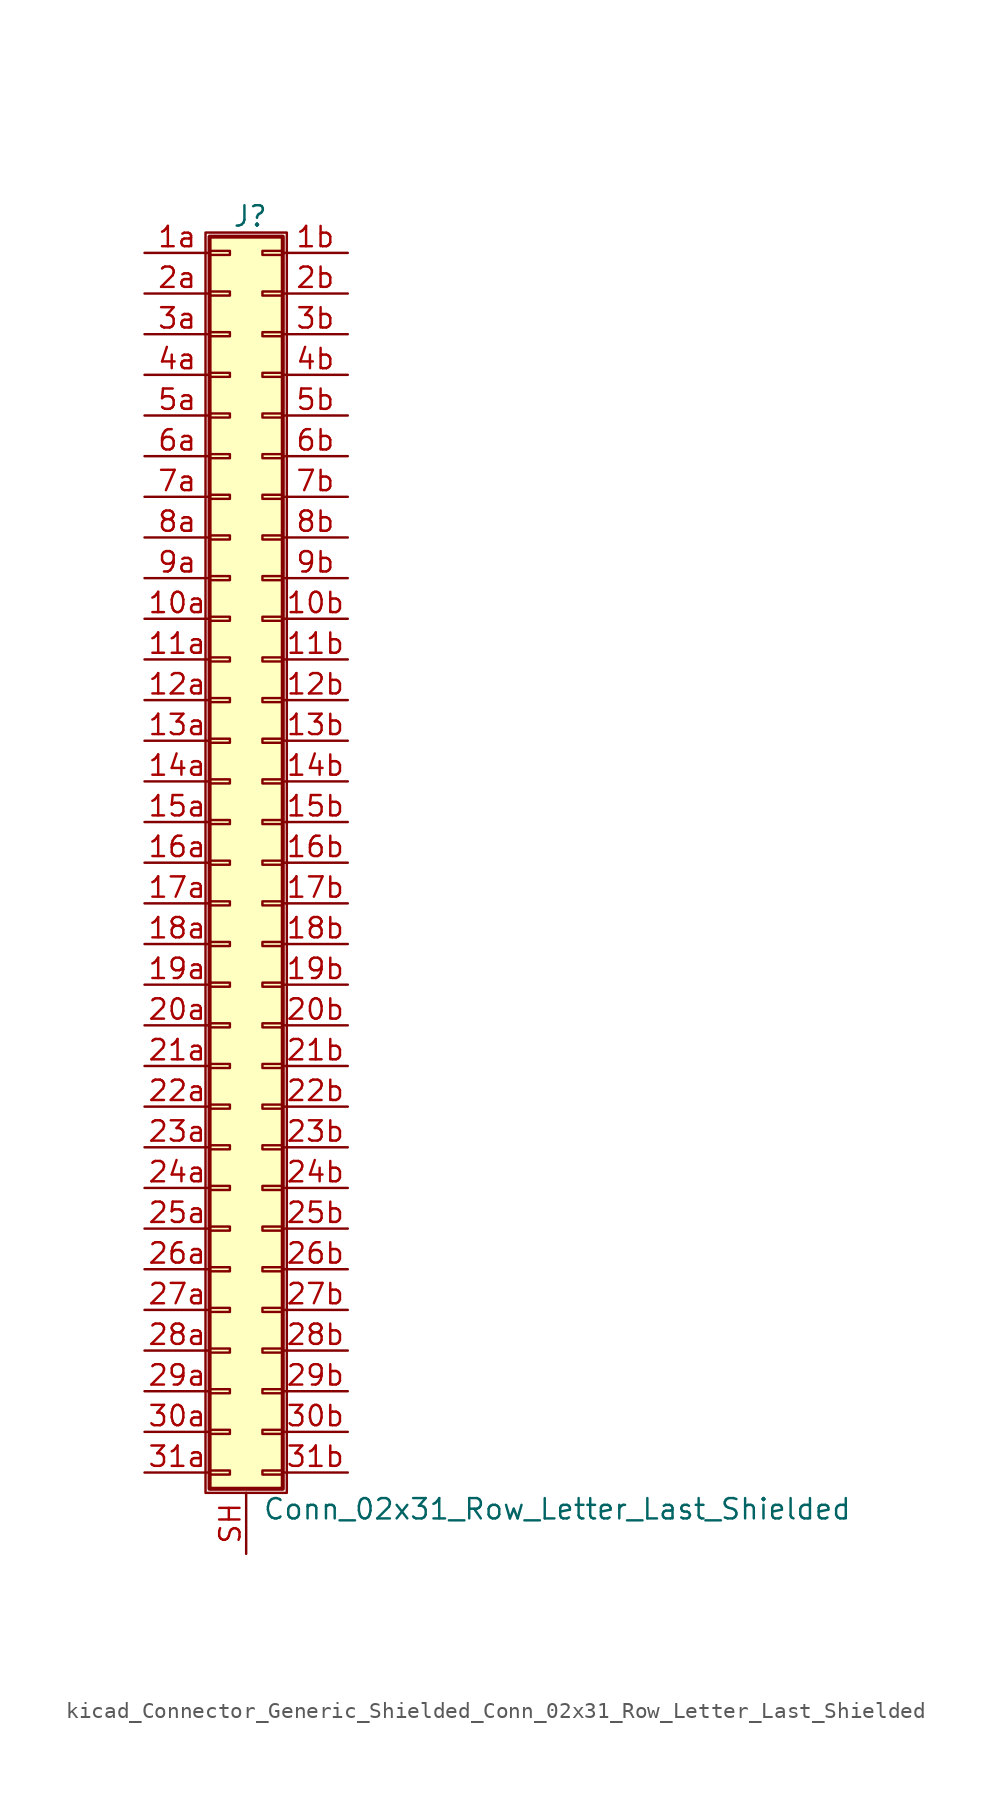
<source format=kicad_sym>
(kicad_symbol_lib
  (version 20220914)
  (generator kicad_symbol_editor)
  (symbol "kicad_Connector_Generic_Shielded_Conn_02x31_Row_Letter_Last_Shielded"
    (pin_names
      (offset 1.016) hide)
    (property "Reference" "J"
      (at 1.524 40.386 0)
      (effects (font (size 1.27 1.27))))
    (property "Value" "Conn_02x31_Row_Letter_Last_Shielded"
      (at 2.286 -40.386 0)
      (effects (font (size 1.27 1.27)) (justify left)))
    (symbol "kicad_Connector_Generic_Shielded_Conn_02x31_Row_Letter_Last_Shielded_1_1"
      (rectangle (start -1.27 39.37) (end 3.81 -39.37) (stroke (width 0.152) (type default)) (fill (type none)))
      (rectangle (start -1.016 -37.973) (end 0.254 -38.227) (stroke (width 0.152) (type default)) (fill (type none)))
      (rectangle (start -1.016 -35.433) (end 0.254 -35.687) (stroke (width 0.152) (type default)) (fill (type none)))
      (rectangle (start -1.016 -32.893) (end 0.254 -33.147) (stroke (width 0.152) (type default)) (fill (type none)))
      (rectangle (start -1.016 -30.353) (end 0.254 -30.607) (stroke (width 0.152) (type default)) (fill (type none)))
      (rectangle (start -1.016 -27.813) (end 0.254 -28.067) (stroke (width 0.152) (type default)) (fill (type none)))
      (rectangle (start -1.016 -25.273) (end 0.254 -25.527) (stroke (width 0.152) (type default)) (fill (type none)))
      (rectangle (start -1.016 -22.733) (end 0.254 -22.987) (stroke (width 0.152) (type default)) (fill (type none)))
      (rectangle (start -1.016 -20.193) (end 0.254 -20.447) (stroke (width 0.152) (type default)) (fill (type none)))
      (rectangle (start -1.016 -17.653) (end 0.254 -17.907) (stroke (width 0.152) (type default)) (fill (type none)))
      (rectangle (start -1.016 -15.113) (end 0.254 -15.367) (stroke (width 0.152) (type default)) (fill (type none)))
      (rectangle (start -1.016 -12.573) (end 0.254 -12.827) (stroke (width 0.152) (type default)) (fill (type none)))
      (rectangle (start -1.016 -10.033) (end 0.254 -10.287) (stroke (width 0.152) (type default)) (fill (type none)))
      (rectangle (start -1.016 -7.493) (end 0.254 -7.747) (stroke (width 0.152) (type default)) (fill (type none)))
      (rectangle (start -1.016 -4.953) (end 0.254 -5.207) (stroke (width 0.152) (type default)) (fill (type none)))
      (rectangle (start -1.016 -2.413) (end 0.254 -2.667) (stroke (width 0.152) (type default)) (fill (type none)))
      (rectangle (start -1.016 0.127) (end 0.254 -0.127) (stroke (width 0.152) (type default)) (fill (type none)))
      (rectangle (start -1.016 2.667) (end 0.254 2.413) (stroke (width 0.152) (type default)) (fill (type none)))
      (rectangle (start -1.016 5.207) (end 0.254 4.953) (stroke (width 0.152) (type default)) (fill (type none)))
      (rectangle (start -1.016 7.747) (end 0.254 7.493) (stroke (width 0.152) (type default)) (fill (type none)))
      (rectangle (start -1.016 10.287) (end 0.254 10.033) (stroke (width 0.152) (type default)) (fill (type none)))
      (rectangle (start -1.016 12.827) (end 0.254 12.573) (stroke (width 0.152) (type default)) (fill (type none)))
      (rectangle (start -1.016 15.367) (end 0.254 15.113) (stroke (width 0.152) (type default)) (fill (type none)))
      (rectangle (start -1.016 17.907) (end 0.254 17.653) (stroke (width 0.152) (type default)) (fill (type none)))
      (rectangle (start -1.016 20.447) (end 0.254 20.193) (stroke (width 0.152) (type default)) (fill (type none)))
      (rectangle (start -1.016 22.987) (end 0.254 22.733) (stroke (width 0.152) (type default)) (fill (type none)))
      (rectangle (start -1.016 25.527) (end 0.254 25.273) (stroke (width 0.152) (type default)) (fill (type none)))
      (rectangle (start -1.016 28.067) (end 0.254 27.813) (stroke (width 0.152) (type default)) (fill (type none)))
      (rectangle (start -1.016 30.607) (end 0.254 30.353) (stroke (width 0.152) (type default)) (fill (type none)))
      (rectangle (start -1.016 33.147) (end 0.254 32.893) (stroke (width 0.152) (type default)) (fill (type none)))
      (rectangle (start -1.016 35.687) (end 0.254 35.433) (stroke (width 0.152) (type default)) (fill (type none)))
      (rectangle (start -1.016 38.227) (end 0.254 37.973) (stroke (width 0.152) (type default)) (fill (type none)))
      (rectangle (start -1.016 39.116) (end 3.556 -39.116) (stroke (width 0.254) (type default)) (fill (type background)))
      (rectangle (start 3.556 -37.973) (end 2.286 -38.227) (stroke (width 0.152) (type default)) (fill (type none)))
      (rectangle (start 3.556 -35.433) (end 2.286 -35.687) (stroke (width 0.152) (type default)) (fill (type none)))
      (rectangle (start 3.556 -32.893) (end 2.286 -33.147) (stroke (width 0.152) (type default)) (fill (type none)))
      (rectangle (start 3.556 -30.353) (end 2.286 -30.607) (stroke (width 0.152) (type default)) (fill (type none)))
      (rectangle (start 3.556 -27.813) (end 2.286 -28.067) (stroke (width 0.152) (type default)) (fill (type none)))
      (rectangle (start 3.556 -25.273) (end 2.286 -25.527) (stroke (width 0.152) (type default)) (fill (type none)))
      (rectangle (start 3.556 -22.733) (end 2.286 -22.987) (stroke (width 0.152) (type default)) (fill (type none)))
      (rectangle (start 3.556 -20.193) (end 2.286 -20.447) (stroke (width 0.152) (type default)) (fill (type none)))
      (rectangle (start 3.556 -17.653) (end 2.286 -17.907) (stroke (width 0.152) (type default)) (fill (type none)))
      (rectangle (start 3.556 -15.113) (end 2.286 -15.367) (stroke (width 0.152) (type default)) (fill (type none)))
      (rectangle (start 3.556 -12.573) (end 2.286 -12.827) (stroke (width 0.152) (type default)) (fill (type none)))
      (rectangle (start 3.556 -10.033) (end 2.286 -10.287) (stroke (width 0.152) (type default)) (fill (type none)))
      (rectangle (start 3.556 -7.493) (end 2.286 -7.747) (stroke (width 0.152) (type default)) (fill (type none)))
      (rectangle (start 3.556 -4.953) (end 2.286 -5.207) (stroke (width 0.152) (type default)) (fill (type none)))
      (rectangle (start 3.556 -2.413) (end 2.286 -2.667) (stroke (width 0.152) (type default)) (fill (type none)))
      (rectangle (start 3.556 0.127) (end 2.286 -0.127) (stroke (width 0.152) (type default)) (fill (type none)))
      (rectangle (start 3.556 2.667) (end 2.286 2.413) (stroke (width 0.152) (type default)) (fill (type none)))
      (rectangle (start 3.556 5.207) (end 2.286 4.953) (stroke (width 0.152) (type default)) (fill (type none)))
      (rectangle (start 3.556 7.747) (end 2.286 7.493) (stroke (width 0.152) (type default)) (fill (type none)))
      (rectangle (start 3.556 10.287) (end 2.286 10.033) (stroke (width 0.152) (type default)) (fill (type none)))
      (rectangle (start 3.556 12.827) (end 2.286 12.573) (stroke (width 0.152) (type default)) (fill (type none)))
      (rectangle (start 3.556 15.367) (end 2.286 15.113) (stroke (width 0.152) (type default)) (fill (type none)))
      (rectangle (start 3.556 17.907) (end 2.286 17.653) (stroke (width 0.152) (type default)) (fill (type none)))
      (rectangle (start 3.556 20.447) (end 2.286 20.193) (stroke (width 0.152) (type default)) (fill (type none)))
      (rectangle (start 3.556 22.987) (end 2.286 22.733) (stroke (width 0.152) (type default)) (fill (type none)))
      (rectangle (start 3.556 25.527) (end 2.286 25.273) (stroke (width 0.152) (type default)) (fill (type none)))
      (rectangle (start 3.556 28.067) (end 2.286 27.813) (stroke (width 0.152) (type default)) (fill (type none)))
      (rectangle (start 3.556 30.607) (end 2.286 30.353) (stroke (width 0.152) (type default)) (fill (type none)))
      (rectangle (start 3.556 33.147) (end 2.286 32.893) (stroke (width 0.152) (type default)) (fill (type none)))
      (rectangle (start 3.556 35.687) (end 2.286 35.433) (stroke (width 0.152) (type default)) (fill (type none)))
      (rectangle (start 3.556 38.227) (end 2.286 37.973) (stroke (width 0.152) (type default)) (fill (type none)))
      (pin passive line (at -5.08 15.24 0) (length 4.064) (name "Pin_10a" (effects (font (size 1.27 1.27)))) (number "10a" (effects (font (size 1.27 1.27)))))
      (pin passive line (at 7.62 15.24 180) (length 4.064) (name "Pin_10b" (effects (font (size 1.27 1.27)))) (number "10b" (effects (font (size 1.27 1.27)))))
      (pin passive line (at -5.08 12.7 0) (length 4.064) (name "Pin_11a" (effects (font (size 1.27 1.27)))) (number "11a" (effects (font (size 1.27 1.27)))))
      (pin passive line (at 7.62 12.7 180) (length 4.064) (name "Pin_11b" (effects (font (size 1.27 1.27)))) (number "11b" (effects (font (size 1.27 1.27)))))
      (pin passive line (at -5.08 10.16 0) (length 4.064) (name "Pin_12a" (effects (font (size 1.27 1.27)))) (number "12a" (effects (font (size 1.27 1.27)))))
      (pin passive line (at 7.62 10.16 180) (length 4.064) (name "Pin_12b" (effects (font (size 1.27 1.27)))) (number "12b" (effects (font (size 1.27 1.27)))))
      (pin passive line (at -5.08 7.62 0) (length 4.064) (name "Pin_13a" (effects (font (size 1.27 1.27)))) (number "13a" (effects (font (size 1.27 1.27)))))
      (pin passive line (at 7.62 7.62 180) (length 4.064) (name "Pin_13b" (effects (font (size 1.27 1.27)))) (number "13b" (effects (font (size 1.27 1.27)))))
      (pin passive line (at -5.08 5.08 0) (length 4.064) (name "Pin_14a" (effects (font (size 1.27 1.27)))) (number "14a" (effects (font (size 1.27 1.27)))))
      (pin passive line (at 7.62 5.08 180) (length 4.064) (name "Pin_14b" (effects (font (size 1.27 1.27)))) (number "14b" (effects (font (size 1.27 1.27)))))
      (pin passive line (at -5.08 2.54 0) (length 4.064) (name "Pin_15a" (effects (font (size 1.27 1.27)))) (number "15a" (effects (font (size 1.27 1.27)))))
      (pin passive line (at 7.62 2.54 180) (length 4.064) (name "Pin_15b" (effects (font (size 1.27 1.27)))) (number "15b" (effects (font (size 1.27 1.27)))))
      (pin passive line (at -5.08 0 0) (length 4.064) (name "Pin_16a" (effects (font (size 1.27 1.27)))) (number "16a" (effects (font (size 1.27 1.27)))))
      (pin passive line (at 7.62 0 180) (length 4.064) (name "Pin_16b" (effects (font (size 1.27 1.27)))) (number "16b" (effects (font (size 1.27 1.27)))))
      (pin passive line (at -5.08 -2.54 0) (length 4.064) (name "Pin_17a" (effects (font (size 1.27 1.27)))) (number "17a" (effects (font (size 1.27 1.27)))))
      (pin passive line (at 7.62 -2.54 180) (length 4.064) (name "Pin_17b" (effects (font (size 1.27 1.27)))) (number "17b" (effects (font (size 1.27 1.27)))))
      (pin passive line (at -5.08 -5.08 0) (length 4.064) (name "Pin_18a" (effects (font (size 1.27 1.27)))) (number "18a" (effects (font (size 1.27 1.27)))))
      (pin passive line (at 7.62 -5.08 180) (length 4.064) (name "Pin_18b" (effects (font (size 1.27 1.27)))) (number "18b" (effects (font (size 1.27 1.27)))))
      (pin passive line (at -5.08 -7.62 0) (length 4.064) (name "Pin_19a" (effects (font (size 1.27 1.27)))) (number "19a" (effects (font (size 1.27 1.27)))))
      (pin passive line (at 7.62 -7.62 180) (length 4.064) (name "Pin_19b" (effects (font (size 1.27 1.27)))) (number "19b" (effects (font (size 1.27 1.27)))))
      (pin passive line (at -5.08 38.1 0) (length 4.064) (name "Pin_1a" (effects (font (size 1.27 1.27)))) (number "1a" (effects (font (size 1.27 1.27)))))
      (pin passive line (at 7.62 38.1 180) (length 4.064) (name "Pin_1b" (effects (font (size 1.27 1.27)))) (number "1b" (effects (font (size 1.27 1.27)))))
      (pin passive line (at -5.08 -10.16 0) (length 4.064) (name "Pin_20a" (effects (font (size 1.27 1.27)))) (number "20a" (effects (font (size 1.27 1.27)))))
      (pin passive line (at 7.62 -10.16 180) (length 4.064) (name "Pin_20b" (effects (font (size 1.27 1.27)))) (number "20b" (effects (font (size 1.27 1.27)))))
      (pin passive line (at -5.08 -12.7 0) (length 4.064) (name "Pin_21a" (effects (font (size 1.27 1.27)))) (number "21a" (effects (font (size 1.27 1.27)))))
      (pin passive line (at 7.62 -12.7 180) (length 4.064) (name "Pin_21b" (effects (font (size 1.27 1.27)))) (number "21b" (effects (font (size 1.27 1.27)))))
      (pin passive line (at -5.08 -15.24 0) (length 4.064) (name "Pin_22a" (effects (font (size 1.27 1.27)))) (number "22a" (effects (font (size 1.27 1.27)))))
      (pin passive line (at 7.62 -15.24 180) (length 4.064) (name "Pin_22b" (effects (font (size 1.27 1.27)))) (number "22b" (effects (font (size 1.27 1.27)))))
      (pin passive line (at -5.08 -17.78 0) (length 4.064) (name "Pin_23a" (effects (font (size 1.27 1.27)))) (number "23a" (effects (font (size 1.27 1.27)))))
      (pin passive line (at 7.62 -17.78 180) (length 4.064) (name "Pin_23b" (effects (font (size 1.27 1.27)))) (number "23b" (effects (font (size 1.27 1.27)))))
      (pin passive line (at -5.08 -20.32 0) (length 4.064) (name "Pin_24a" (effects (font (size 1.27 1.27)))) (number "24a" (effects (font (size 1.27 1.27)))))
      (pin passive line (at 7.62 -20.32 180) (length 4.064) (name "Pin_24b" (effects (font (size 1.27 1.27)))) (number "24b" (effects (font (size 1.27 1.27)))))
      (pin passive line (at -5.08 -22.86 0) (length 4.064) (name "Pin_25a" (effects (font (size 1.27 1.27)))) (number "25a" (effects (font (size 1.27 1.27)))))
      (pin passive line (at 7.62 -22.86 180) (length 4.064) (name "Pin_25b" (effects (font (size 1.27 1.27)))) (number "25b" (effects (font (size 1.27 1.27)))))
      (pin passive line (at -5.08 -25.4 0) (length 4.064) (name "Pin_26a" (effects (font (size 1.27 1.27)))) (number "26a" (effects (font (size 1.27 1.27)))))
      (pin passive line (at 7.62 -25.4 180) (length 4.064) (name "Pin_26b" (effects (font (size 1.27 1.27)))) (number "26b" (effects (font (size 1.27 1.27)))))
      (pin passive line (at -5.08 -27.94 0) (length 4.064) (name "Pin_27a" (effects (font (size 1.27 1.27)))) (number "27a" (effects (font (size 1.27 1.27)))))
      (pin passive line (at 7.62 -27.94 180) (length 4.064) (name "Pin_27b" (effects (font (size 1.27 1.27)))) (number "27b" (effects (font (size 1.27 1.27)))))
      (pin passive line (at -5.08 -30.48 0) (length 4.064) (name "Pin_28a" (effects (font (size 1.27 1.27)))) (number "28a" (effects (font (size 1.27 1.27)))))
      (pin passive line (at 7.62 -30.48 180) (length 4.064) (name "Pin_28b" (effects (font (size 1.27 1.27)))) (number "28b" (effects (font (size 1.27 1.27)))))
      (pin passive line (at -5.08 -33.02 0) (length 4.064) (name "Pin_29a" (effects (font (size 1.27 1.27)))) (number "29a" (effects (font (size 1.27 1.27)))))
      (pin passive line (at 7.62 -33.02 180) (length 4.064) (name "Pin_29b" (effects (font (size 1.27 1.27)))) (number "29b" (effects (font (size 1.27 1.27)))))
      (pin passive line (at -5.08 35.56 0) (length 4.064) (name "Pin_2a" (effects (font (size 1.27 1.27)))) (number "2a" (effects (font (size 1.27 1.27)))))
      (pin passive line (at 7.62 35.56 180) (length 4.064) (name "Pin_2b" (effects (font (size 1.27 1.27)))) (number "2b" (effects (font (size 1.27 1.27)))))
      (pin passive line (at -5.08 -35.56 0) (length 4.064) (name "Pin_30a" (effects (font (size 1.27 1.27)))) (number "30a" (effects (font (size 1.27 1.27)))))
      (pin passive line (at 7.62 -35.56 180) (length 4.064) (name "Pin_30b" (effects (font (size 1.27 1.27)))) (number "30b" (effects (font (size 1.27 1.27)))))
      (pin passive line (at -5.08 -38.1 0) (length 4.064) (name "Pin_31a" (effects (font (size 1.27 1.27)))) (number "31a" (effects (font (size 1.27 1.27)))))
      (pin passive line (at 7.62 -38.1 180) (length 4.064) (name "Pin_31b" (effects (font (size 1.27 1.27)))) (number "31b" (effects (font (size 1.27 1.27)))))
      (pin passive line (at -5.08 33.02 0) (length 4.064) (name "Pin_3a" (effects (font (size 1.27 1.27)))) (number "3a" (effects (font (size 1.27 1.27)))))
      (pin passive line (at 7.62 33.02 180) (length 4.064) (name "Pin_3b" (effects (font (size 1.27 1.27)))) (number "3b" (effects (font (size 1.27 1.27)))))
      (pin passive line (at -5.08 30.48 0) (length 4.064) (name "Pin_4a" (effects (font (size 1.27 1.27)))) (number "4a" (effects (font (size 1.27 1.27)))))
      (pin passive line (at 7.62 30.48 180) (length 4.064) (name "Pin_4b" (effects (font (size 1.27 1.27)))) (number "4b" (effects (font (size 1.27 1.27)))))
      (pin passive line (at -5.08 27.94 0) (length 4.064) (name "Pin_5a" (effects (font (size 1.27 1.27)))) (number "5a" (effects (font (size 1.27 1.27)))))
      (pin passive line (at 7.62 27.94 180) (length 4.064) (name "Pin_5b" (effects (font (size 1.27 1.27)))) (number "5b" (effects (font (size 1.27 1.27)))))
      (pin passive line (at -5.08 25.4 0) (length 4.064) (name "Pin_6a" (effects (font (size 1.27 1.27)))) (number "6a" (effects (font (size 1.27 1.27)))))
      (pin passive line (at 7.62 25.4 180) (length 4.064) (name "Pin_6b" (effects (font (size 1.27 1.27)))) (number "6b" (effects (font (size 1.27 1.27)))))
      (pin passive line (at -5.08 22.86 0) (length 4.064) (name "Pin_7a" (effects (font (size 1.27 1.27)))) (number "7a" (effects (font (size 1.27 1.27)))))
      (pin passive line (at 7.62 22.86 180) (length 4.064) (name "Pin_7b" (effects (font (size 1.27 1.27)))) (number "7b" (effects (font (size 1.27 1.27)))))
      (pin passive line (at -5.08 20.32 0) (length 4.064) (name "Pin_8a" (effects (font (size 1.27 1.27)))) (number "8a" (effects (font (size 1.27 1.27)))))
      (pin passive line (at 7.62 20.32 180) (length 4.064) (name "Pin_8b" (effects (font (size 1.27 1.27)))) (number "8b" (effects (font (size 1.27 1.27)))))
      (pin passive line (at -5.08 17.78 0) (length 4.064) (name "Pin_9a" (effects (font (size 1.27 1.27)))) (number "9a" (effects (font (size 1.27 1.27)))))
      (pin passive line (at 7.62 17.78 180) (length 4.064) (name "Pin_9b" (effects (font (size 1.27 1.27)))) (number "9b" (effects (font (size 1.27 1.27)))))
      (pin passive line (at 1.27 -43.18 90) (length 3.81) (name "Shield" (effects (font (size 1.27 1.27)))) (number "SH" (effects (font (size 1.27 1.27))))))))
</source>
